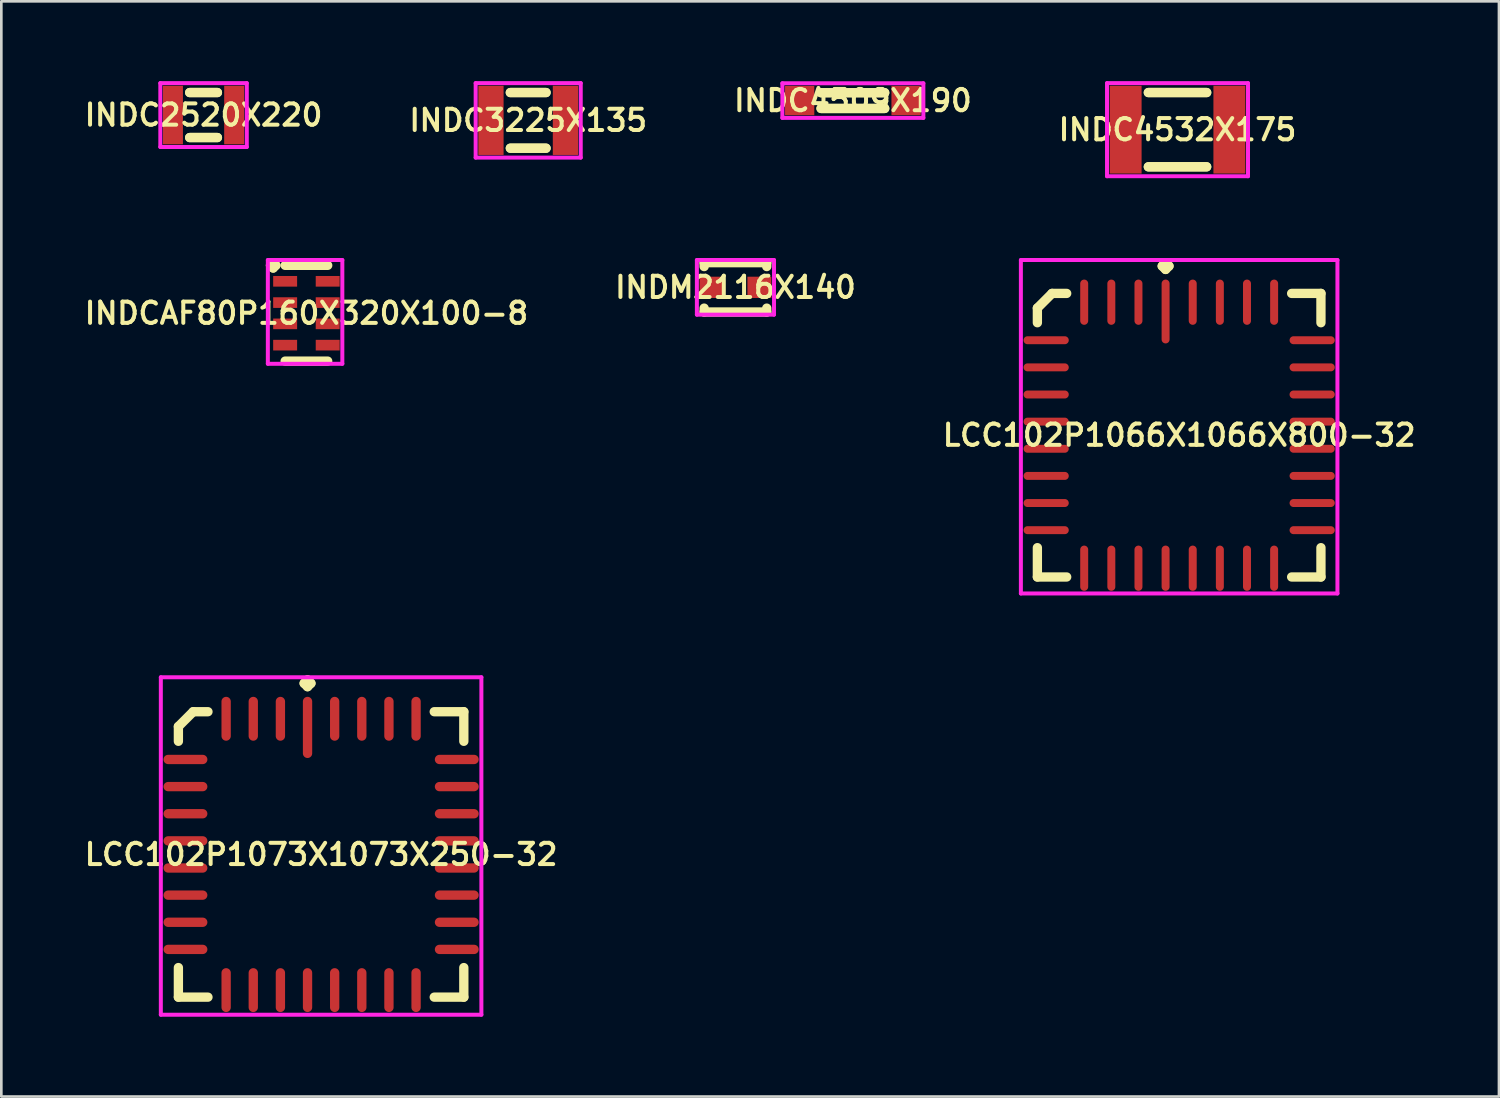
<source format=kicad_pcb>
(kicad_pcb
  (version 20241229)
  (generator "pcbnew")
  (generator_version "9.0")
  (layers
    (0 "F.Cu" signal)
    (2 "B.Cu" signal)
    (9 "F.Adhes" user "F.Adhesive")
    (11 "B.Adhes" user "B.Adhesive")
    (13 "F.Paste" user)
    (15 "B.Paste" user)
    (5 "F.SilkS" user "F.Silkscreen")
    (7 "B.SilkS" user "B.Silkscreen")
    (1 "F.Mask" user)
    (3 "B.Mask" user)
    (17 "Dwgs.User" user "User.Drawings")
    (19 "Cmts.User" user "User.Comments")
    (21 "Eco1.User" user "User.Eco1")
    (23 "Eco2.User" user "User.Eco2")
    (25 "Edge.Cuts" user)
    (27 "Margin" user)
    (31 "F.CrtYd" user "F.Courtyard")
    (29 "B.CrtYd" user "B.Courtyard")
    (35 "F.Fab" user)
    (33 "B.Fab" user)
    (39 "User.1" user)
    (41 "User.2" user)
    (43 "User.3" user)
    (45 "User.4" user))
  (footprint "INDC4532X175"
    (layer "F.Cu")
    (at 41.215 1.825)
    (property "Reference" "INDC4532X175" (at 0 0 0) (layer "F.SilkS") (effects (font (size 0.8 0.8) (thickness 0.15))))
    (attr smd)
    (fp_line (start -1.096 -1.396) (end 1.096 -1.396) (stroke (width 0.35) (type solid)) (layer "F.SilkS"))
    (fp_line (start -1.096 1.396) (end 1.096 1.396) (stroke (width 0.35) (type solid)) (layer "F.SilkS"))
    (fp_line (start 1.096 -1.396) (end -1.096 -1.396) (stroke (width 0.35) (type solid)) (layer "F.SilkS"))
    (fp_line (start 1.096 1.396) (end -1.096 1.396) (stroke (width 0.35) (type solid)) (layer "F.SilkS"))
    (fp_line (start -2.65 -1.75) (end 2.65 -1.75) (stroke (width 0.15) (type solid)) (layer "F.CrtYd"))
    (fp_line (start -2.65 1.75) (end -2.65 -1.75) (stroke (width 0.15) (type solid)) (layer "F.CrtYd"))
    (fp_line (start 2.65 -1.75) (end 2.65 1.75) (stroke (width 0.15) (type solid)) (layer "F.CrtYd"))
    (fp_line (start 2.65 1.75) (end -2.65 1.75) (stroke (width 0.15) (type solid)) (layer "F.CrtYd"))
    (pad "1" smd rect (at -1.95 0) (size 1.2 3.3) (layers "F.Cu" "F.Mask" "F.Paste"))
    (pad "2" smd rect (at 1.95 0) (size 1.2 3.3) (layers "F.Cu" "F.Mask" "F.Paste")))
  (footprint "INDC3225X135"
    (layer "F.Cu")
    (at 16.806 1.475)
    (property "Reference" "INDC3225X135" (at 0 0 0) (layer "F.SilkS") (effects (font (size 0.8 0.8) (thickness 0.15))))
    (attr smd)
    (fp_line (start -0.671 -1.046) (end 0.671 -1.046) (stroke (width 0.35) (type solid)) (layer "F.SilkS"))
    (fp_line (start -0.671 1.046) (end 0.671 1.046) (stroke (width 0.35) (type solid)) (layer "F.SilkS"))
    (fp_line (start 0.671 -1.046) (end -0.671 -1.046) (stroke (width 0.35) (type solid)) (layer "F.SilkS"))
    (fp_line (start 0.671 1.046) (end -0.671 1.046) (stroke (width 0.35) (type solid)) (layer "F.SilkS"))
    (fp_line (start -1.975 -1.4) (end 1.975 -1.4) (stroke (width 0.15) (type solid)) (layer "F.CrtYd"))
    (fp_line (start -1.975 1.4) (end -1.975 -1.4) (stroke (width 0.15) (type solid)) (layer "F.CrtYd"))
    (fp_line (start 1.975 -1.4) (end 1.975 1.4) (stroke (width 0.15) (type solid)) (layer "F.CrtYd"))
    (fp_line (start 1.975 1.4) (end -1.975 1.4) (stroke (width 0.15) (type solid)) (layer "F.CrtYd"))
    (pad "1" smd rect (at -1.4 0) (size 0.95 2.6) (layers "F.Cu" "F.Mask" "F.Paste"))
    (pad "2" smd rect (at 1.4 0) (size 0.95 2.6) (layers "F.Cu" "F.Mask" "F.Paste")))
  (footprint "INDM2116X140"
    (layer "F.Cu")
    (at 24.597 7.752)
    (property "Reference" "INDM2116X140" (at 0 0 0) (layer "F.SilkS") (effects (font (size 0.8 0.8) (thickness 0.15))))
    (attr smd)
    (fp_line (start -1.177 -0.927) (end 1.177 -0.927) (stroke (width 0.35) (type solid)) (layer "F.SilkS"))
    (fp_line (start -1.177 -0.781) (end -1.177 -0.927) (stroke (width 0.35) (type solid)) (layer "F.SilkS"))
    (fp_line (start -1.177 0.781) (end -1.177 0.927) (stroke (width 0.35) (type solid)) (layer "F.SilkS"))
    (fp_line (start -1.177 0.927) (end 1.177 0.927) (stroke (width 0.35) (type solid)) (layer "F.SilkS"))
    (fp_line (start 1.177 -0.927) (end 1.177 -0.781) (stroke (width 0.35) (type solid)) (layer "F.SilkS"))
    (fp_line (start 1.177 0.927) (end 1.177 0.781) (stroke (width 0.35) (type solid)) (layer "F.SilkS"))
    (fp_line (start -1.45 -1.027) (end 1.45 -1.027) (stroke (width 0.15) (type solid)) (layer "F.CrtYd"))
    (fp_line (start -1.45 1.027) (end -1.45 -1.027) (stroke (width 0.15) (type solid)) (layer "F.CrtYd"))
    (fp_line (start 1.45 -1.027) (end 1.45 1.027) (stroke (width 0.15) (type solid)) (layer "F.CrtYd"))
    (fp_line (start 1.45 1.027) (end -1.45 1.027) (stroke (width 0.15) (type solid)) (layer "F.CrtYd"))
    (pad "1" smd rect (at -0.9 0) (size 0.9 0.8) (layers "F.Cu" "F.Mask" "F.Paste"))
    (pad "2" smd rect (at 0.9 0) (size 0.9 0.8) (layers "F.Cu" "F.Mask" "F.Paste")))
  (footprint "INDCAF80P160X320X100-8"
    (layer "F.Cu")
    (at 8.469 8.725)
    (property "Reference" "INDCAF80P160X320X100-8" (at 0 0 0) (layer "F.SilkS") (effects (font (size 0.8 0.8) (thickness 0.15))))
    (attr smd)
    (fp_line (start -1.35 -1.8) (end -1.25 -1.9) (stroke (width 0.35) (type solid)) (layer "F.SilkS"))
    (fp_line (start -1.25 -1.9) (end -1.15 -1.8) (stroke (width 0.35) (type solid)) (layer "F.SilkS"))
    (fp_line (start -1.25 -1.7) (end -1.35 -1.8) (stroke (width 0.35) (type solid)) (layer "F.SilkS"))
    (fp_line (start -1.15 -1.8) (end -1.25 -1.7) (stroke (width 0.35) (type solid)) (layer "F.SilkS"))
    (fp_line (start -0.8 -1.8) (end 0.8 -1.8) (stroke (width 0.35) (type solid)) (layer "F.SilkS"))
    (fp_line (start -0.8 1.8) (end 0.8 1.8) (stroke (width 0.35) (type solid)) (layer "F.SilkS"))
    (fp_line (start -1.45 -2) (end 1.35 -2) (stroke (width 0.15) (type solid)) (layer "F.CrtYd"))
    (fp_line (start -1.45 1.9) (end -1.45 -2) (stroke (width 0.15) (type solid)) (layer "F.CrtYd"))
    (fp_line (start 1.35 -2) (end 1.35 1.9) (stroke (width 0.15) (type solid)) (layer "F.CrtYd"))
    (fp_line (start 1.35 1.9) (end -1.45 1.9) (stroke (width 0.15) (type solid)) (layer "F.CrtYd"))
    (pad "1" smd rect (at -0.8 -1.2) (size 0.9 0.4) (layers "F.Cu" "F.Mask" "F.Paste"))
    (pad "2" smd rect (at -0.8 -0.4) (size 0.9 0.4) (layers "F.Cu" "F.Mask" "F.Paste"))
    (pad "3" smd rect (at -0.8 0.4) (size 0.9 0.4) (layers "F.Cu" "F.Mask" "F.Paste"))
    (pad "4" smd rect (at -0.8 1.2) (size 0.9 0.4) (layers "F.Cu" "F.Mask" "F.Paste"))
    (pad "5" smd rect (at 0.8 1.2) (size 0.9 0.4) (layers "F.Cu" "F.Mask" "F.Paste"))
    (pad "6" smd rect (at 0.8 0.4) (size 0.9 0.4) (layers "F.Cu" "F.Mask" "F.Paste"))
    (pad "7" smd rect (at 0.8 -0.4) (size 0.9 0.4) (layers "F.Cu" "F.Mask" "F.Paste"))
    (pad "8" smd rect (at 0.8 -1.2) (size 0.9 0.4) (layers "F.Cu" "F.Mask" "F.Paste")))
  (footprint "INDC4509X190"
    (layer "F.Cu")
    (at 29.011 0.731)
    (property "Reference" "INDC4509X190" (at 0 0 0) (layer "F.SilkS") (effects (font (size 0.8 0.8) (thickness 0.15))))
    (attr smd)
    (fp_line (start -1.196 -0.296) (end 1.196 -0.296) (stroke (width 0.35) (type solid)) (layer "F.SilkS"))
    (fp_line (start -1.196 0.296) (end 1.196 0.296) (stroke (width 0.35) (type solid)) (layer "F.SilkS"))
    (fp_line (start 1.196 -0.296) (end -1.196 -0.296) (stroke (width 0.35) (type solid)) (layer "F.SilkS"))
    (fp_line (start 1.196 0.296) (end -1.196 0.296) (stroke (width 0.35) (type solid)) (layer "F.SilkS"))
    (fp_line (start -2.65 -0.65) (end 2.65 -0.65) (stroke (width 0.15) (type solid)) (layer "F.CrtYd"))
    (fp_line (start -2.65 0.65) (end -2.65 -0.65) (stroke (width 0.15) (type solid)) (layer "F.CrtYd"))
    (fp_line (start 2.65 -0.65) (end 2.65 0.65) (stroke (width 0.15) (type solid)) (layer "F.CrtYd"))
    (fp_line (start 2.65 0.65) (end -2.65 0.65) (stroke (width 0.15) (type solid)) (layer "F.CrtYd"))
    (pad "1" smd rect (at -2 0) (size 1.1 1.1) (layers "F.Cu" "F.Mask" "F.Paste"))
    (pad "2" smd rect (at 2 0) (size 1.1 1.1) (layers "F.Cu" "F.Mask" "F.Paste")))
  (footprint "LCC102P1073X1073X250-32"
    (layer "F.Cu")
    (at 9.021 29.07)
    (property "Reference" "LCC102P1073X1073X250-32" (at 0 0 0) (layer "F.SilkS") (effects (font (size 0.8 0.8) (thickness 0.15))))
    (attr smd)
    (fp_line (start -5.365 -4.809) (end -4.809 -5.365) (stroke (width 0.35) (type solid)) (layer "F.SilkS"))
    (fp_line (start -5.365 -4.253) (end -5.365 -4.809) (stroke (width 0.35) (type solid)) (layer "F.SilkS"))
    (fp_line (start -5.365 4.253) (end -5.365 5.365) (stroke (width 0.35) (type solid)) (layer "F.SilkS"))
    (fp_line (start -5.365 5.365) (end -4.253 5.365) (stroke (width 0.35) (type solid)) (layer "F.SilkS"))
    (fp_line (start -4.809 -5.365) (end -4.253 -5.365) (stroke (width 0.35) (type solid)) (layer "F.SilkS"))
    (fp_line (start -0.637 -6.433) (end -0.51 -6.56) (stroke (width 0.35) (type solid)) (layer "F.SilkS"))
    (fp_line (start -0.51 -6.56) (end -0.383 -6.433) (stroke (width 0.35) (type solid)) (layer "F.SilkS"))
    (fp_line (start -0.51 -6.306) (end -0.637 -6.433) (stroke (width 0.35) (type solid)) (layer "F.SilkS"))
    (fp_line (start -0.383 -6.433) (end -0.51 -6.306) (stroke (width 0.35) (type solid)) (layer "F.SilkS"))
    (fp_line (start 5.365 -5.365) (end 4.253 -5.365) (stroke (width 0.35) (type solid)) (layer "F.SilkS"))
    (fp_line (start 5.365 -4.253) (end 5.365 -5.365) (stroke (width 0.35) (type solid)) (layer "F.SilkS"))
    (fp_line (start 5.365 4.253) (end 5.365 5.365) (stroke (width 0.35) (type solid)) (layer "F.SilkS"))
    (fp_line (start 5.365 5.365) (end 4.253 5.365) (stroke (width 0.35) (type solid)) (layer "F.SilkS"))
    (fp_line (start -6.025 -6.66) (end 6.025 -6.66) (stroke (width 0.15) (type solid)) (layer "F.CrtYd"))
    (fp_line (start -6.025 6.025) (end -6.025 -6.66) (stroke (width 0.15) (type solid)) (layer "F.CrtYd"))
    (fp_line (start 6.025 -6.66) (end 6.025 6.025) (stroke (width 0.15) (type solid)) (layer "F.CrtYd"))
    (fp_line (start 6.025 6.025) (end -6.025 6.025) (stroke (width 0.15) (type solid)) (layer "F.CrtYd"))
    (pad "1" smd oval (at -0.51 -4.775) (size 0.35 2.3) (layers "F.Cu" "F.Mask" "F.Paste"))
    (pad "2" smd oval (at -1.53 -5.1) (size 0.35 1.65) (layers "F.Cu" "F.Mask" "F.Paste"))
    (pad "3" smd oval (at -2.55 -5.1) (size 0.35 1.65) (layers "F.Cu" "F.Mask" "F.Paste"))
    (pad "4" smd oval (at -3.57 -5.1) (size 0.35 1.65) (layers "F.Cu" "F.Mask" "F.Paste"))
    (pad "5" smd oval (at -5.1 -3.57) (size 1.65 0.35) (layers "F.Cu" "F.Mask" "F.Paste"))
    (pad "6" smd oval (at -5.1 -2.55) (size 1.65 0.35) (layers "F.Cu" "F.Mask" "F.Paste"))
    (pad "7" smd oval (at -5.1 -1.53) (size 1.65 0.35) (layers "F.Cu" "F.Mask" "F.Paste"))
    (pad "8" smd oval (at -5.1 -0.51) (size 1.65 0.35) (layers "F.Cu" "F.Mask" "F.Paste"))
    (pad "9" smd oval (at -5.1 0.51) (size 1.65 0.35) (layers "F.Cu" "F.Mask" "F.Paste"))
    (pad "10" smd oval (at -5.1 1.53) (size 1.65 0.35) (layers "F.Cu" "F.Mask" "F.Paste"))
    (pad "11" smd oval (at -5.1 2.55) (size 1.65 0.35) (layers "F.Cu" "F.Mask" "F.Paste"))
    (pad "12" smd oval (at -5.1 3.57) (size 1.65 0.35) (layers "F.Cu" "F.Mask" "F.Paste"))
    (pad "13" smd oval (at -3.57 5.1) (size 0.35 1.65) (layers "F.Cu" "F.Mask" "F.Paste"))
    (pad "14" smd oval (at -2.55 5.1) (size 0.35 1.65) (layers "F.Cu" "F.Mask" "F.Paste"))
    (pad "15" smd oval (at -1.53 5.1) (size 0.35 1.65) (layers "F.Cu" "F.Mask" "F.Paste"))
    (pad "16" smd oval (at -0.51 5.1) (size 0.35 1.65) (layers "F.Cu" "F.Mask" "F.Paste"))
    (pad "17" smd oval (at 0.51 5.1) (size 0.35 1.65) (layers "F.Cu" "F.Mask" "F.Paste"))
    (pad "18" smd oval (at 1.53 5.1) (size 0.35 1.65) (layers "F.Cu" "F.Mask" "F.Paste"))
    (pad "19" smd oval (at 2.55 5.1) (size 0.35 1.65) (layers "F.Cu" "F.Mask" "F.Paste"))
    (pad "20" smd oval (at 3.57 5.1) (size 0.35 1.65) (layers "F.Cu" "F.Mask" "F.Paste"))
    (pad "21" smd oval (at 5.1 3.57) (size 1.65 0.35) (layers "F.Cu" "F.Mask" "F.Paste"))
    (pad "22" smd oval (at 5.1 2.55) (size 1.65 0.35) (layers "F.Cu" "F.Mask" "F.Paste"))
    (pad "23" smd oval (at 5.1 1.53) (size 1.65 0.35) (layers "F.Cu" "F.Mask" "F.Paste"))
    (pad "24" smd oval (at 5.1 0.51) (size 1.65 0.35) (layers "F.Cu" "F.Mask" "F.Paste"))
    (pad "25" smd oval (at 5.1 -0.51) (size 1.65 0.35) (layers "F.Cu" "F.Mask" "F.Paste"))
    (pad "26" smd oval (at 5.1 -1.53) (size 1.65 0.35) (layers "F.Cu" "F.Mask" "F.Paste"))
    (pad "27" smd oval (at 5.1 -2.55) (size 1.65 0.35) (layers "F.Cu" "F.Mask" "F.Paste"))
    (pad "28" smd oval (at 5.1 -3.57) (size 1.65 0.35) (layers "F.Cu" "F.Mask" "F.Paste"))
    (pad "29" smd oval (at 3.57 -5.1) (size 0.35 1.65) (layers "F.Cu" "F.Mask" "F.Paste"))
    (pad "30" smd oval (at 2.55 -5.1) (size 0.35 1.65) (layers "F.Cu" "F.Mask" "F.Paste"))
    (pad "31" smd oval (at 1.53 -5.1) (size 0.35 1.65) (layers "F.Cu" "F.Mask" "F.Paste"))
    (pad "32" smd oval (at 0.51 -5.1) (size 0.35 1.65) (layers "F.Cu" "F.Mask" "F.Paste")))
  (footprint "INDC2520X220"
    (layer "F.Cu")
    (at 4.602 1.275)
    (property "Reference" "INDC2520X220" (at 0 0 0) (layer "F.SilkS") (effects (font (size 0.8 0.8) (thickness 0.15))))
    (attr smd)
    (fp_line (start -0.521 -0.846) (end 0.521 -0.846) (stroke (width 0.35) (type solid)) (layer "F.SilkS"))
    (fp_line (start -0.521 0.846) (end 0.521 0.846) (stroke (width 0.35) (type solid)) (layer "F.SilkS"))
    (fp_line (start 0.521 -0.846) (end -0.521 -0.846) (stroke (width 0.35) (type solid)) (layer "F.SilkS"))
    (fp_line (start 0.521 0.846) (end -0.521 0.846) (stroke (width 0.35) (type solid)) (layer "F.SilkS"))
    (fp_line (start -1.625 -1.2) (end 1.625 -1.2) (stroke (width 0.15) (type solid)) (layer "F.CrtYd"))
    (fp_line (start -1.625 1.2) (end -1.625 -1.2) (stroke (width 0.15) (type solid)) (layer "F.CrtYd"))
    (fp_line (start 1.625 -1.2) (end 1.625 1.2) (stroke (width 0.15) (type solid)) (layer "F.CrtYd"))
    (fp_line (start 1.625 1.2) (end -1.625 1.2) (stroke (width 0.15) (type solid)) (layer "F.CrtYd"))
    (pad "1" smd rect (at -1.15 0) (size 0.75 2.2) (layers "F.Cu" "F.Mask" "F.Paste"))
    (pad "2" smd rect (at 1.15 0) (size 0.75 2.2) (layers "F.Cu" "F.Mask" "F.Paste")))
  (footprint "LCC102P1066X1066X800-32"
    (layer "F.Cu")
    (at 41.277 13.31)
    (property "Reference" "LCC102P1066X1066X800-32" (at 0 0 0) (layer "F.SilkS") (effects (font (size 0.8 0.8) (thickness 0.15))))
    (attr smd)
    (fp_line (start -5.33 -4.779) (end -4.779 -5.33) (stroke (width 0.35) (type solid)) (layer "F.SilkS"))
    (fp_line (start -5.33 -4.228) (end -5.33 -4.779) (stroke (width 0.35) (type solid)) (layer "F.SilkS"))
    (fp_line (start -5.33 4.228) (end -5.33 5.33) (stroke (width 0.35) (type solid)) (layer "F.SilkS"))
    (fp_line (start -5.33 5.33) (end -4.228 5.33) (stroke (width 0.35) (type solid)) (layer "F.SilkS"))
    (fp_line (start -4.779 -5.33) (end -4.228 -5.33) (stroke (width 0.35) (type solid)) (layer "F.SilkS"))
    (fp_line (start -0.637 -6.358) (end -0.51 -6.485) (stroke (width 0.35) (type solid)) (layer "F.SilkS"))
    (fp_line (start -0.51 -6.485) (end -0.383 -6.358) (stroke (width 0.35) (type solid)) (layer "F.SilkS"))
    (fp_line (start -0.51 -6.231) (end -0.637 -6.358) (stroke (width 0.35) (type solid)) (layer "F.SilkS"))
    (fp_line (start -0.383 -6.358) (end -0.51 -6.231) (stroke (width 0.35) (type solid)) (layer "F.SilkS"))
    (fp_line (start 5.33 -5.33) (end 4.228 -5.33) (stroke (width 0.35) (type solid)) (layer "F.SilkS"))
    (fp_line (start 5.33 -4.228) (end 5.33 -5.33) (stroke (width 0.35) (type solid)) (layer "F.SilkS"))
    (fp_line (start 5.33 4.228) (end 5.33 5.33) (stroke (width 0.35) (type solid)) (layer "F.SilkS"))
    (fp_line (start 5.33 5.33) (end 4.228 5.33) (stroke (width 0.35) (type solid)) (layer "F.SilkS"))
    (fp_line (start -5.95 -6.585) (end 5.95 -6.585) (stroke (width 0.15) (type solid)) (layer "F.CrtYd"))
    (fp_line (start -5.95 5.95) (end -5.95 -6.585) (stroke (width 0.15) (type solid)) (layer "F.CrtYd"))
    (fp_line (start 5.95 -6.585) (end 5.95 5.95) (stroke (width 0.15) (type solid)) (layer "F.CrtYd"))
    (fp_line (start 5.95 5.95) (end -5.95 5.95) (stroke (width 0.15) (type solid)) (layer "F.CrtYd"))
    (pad "1" smd oval (at -0.51 -4.65) (size 0.3 2.4) (layers "F.Cu" "F.Mask" "F.Paste"))
    (pad "2" smd oval (at -1.53 -5) (size 0.3 1.7) (layers "F.Cu" "F.Mask" "F.Paste"))
    (pad "3" smd oval (at -2.55 -5) (size 0.3 1.7) (layers "F.Cu" "F.Mask" "F.Paste"))
    (pad "4" smd oval (at -3.57 -5) (size 0.3 1.7) (layers "F.Cu" "F.Mask" "F.Paste"))
    (pad "5" smd oval (at -5 -3.57) (size 1.7 0.3) (layers "F.Cu" "F.Mask" "F.Paste"))
    (pad "6" smd oval (at -5 -2.55) (size 1.7 0.3) (layers "F.Cu" "F.Mask" "F.Paste"))
    (pad "7" smd oval (at -5 -1.53) (size 1.7 0.3) (layers "F.Cu" "F.Mask" "F.Paste"))
    (pad "8" smd oval (at -5 -0.51) (size 1.7 0.3) (layers "F.Cu" "F.Mask" "F.Paste"))
    (pad "9" smd oval (at -5 0.51) (size 1.7 0.3) (layers "F.Cu" "F.Mask" "F.Paste"))
    (pad "10" smd oval (at -5 1.53) (size 1.7 0.3) (layers "F.Cu" "F.Mask" "F.Paste"))
    (pad "11" smd oval (at -5 2.55) (size 1.7 0.3) (layers "F.Cu" "F.Mask" "F.Paste"))
    (pad "12" smd oval (at -5 3.57) (size 1.7 0.3) (layers "F.Cu" "F.Mask" "F.Paste"))
    (pad "13" smd oval (at -3.57 5) (size 0.3 1.7) (layers "F.Cu" "F.Mask" "F.Paste"))
    (pad "14" smd oval (at -2.55 5) (size 0.3 1.7) (layers "F.Cu" "F.Mask" "F.Paste"))
    (pad "15" smd oval (at -1.53 5) (size 0.3 1.7) (layers "F.Cu" "F.Mask" "F.Paste"))
    (pad "16" smd oval (at -0.51 5) (size 0.3 1.7) (layers "F.Cu" "F.Mask" "F.Paste"))
    (pad "17" smd oval (at 0.51 5) (size 0.3 1.7) (layers "F.Cu" "F.Mask" "F.Paste"))
    (pad "18" smd oval (at 1.53 5) (size 0.3 1.7) (layers "F.Cu" "F.Mask" "F.Paste"))
    (pad "19" smd oval (at 2.55 5) (size 0.3 1.7) (layers "F.Cu" "F.Mask" "F.Paste"))
    (pad "20" smd oval (at 3.57 5) (size 0.3 1.7) (layers "F.Cu" "F.Mask" "F.Paste"))
    (pad "21" smd oval (at 5 3.57) (size 1.7 0.3) (layers "F.Cu" "F.Mask" "F.Paste"))
    (pad "22" smd oval (at 5 2.55) (size 1.7 0.3) (layers "F.Cu" "F.Mask" "F.Paste"))
    (pad "23" smd oval (at 5 1.53) (size 1.7 0.3) (layers "F.Cu" "F.Mask" "F.Paste"))
    (pad "24" smd oval (at 5 0.51) (size 1.7 0.3) (layers "F.Cu" "F.Mask" "F.Paste"))
    (pad "25" smd oval (at 5 -0.51) (size 1.7 0.3) (layers "F.Cu" "F.Mask" "F.Paste"))
    (pad "26" smd oval (at 5 -1.53) (size 1.7 0.3) (layers "F.Cu" "F.Mask" "F.Paste"))
    (pad "27" smd oval (at 5 -2.55) (size 1.7 0.3) (layers "F.Cu" "F.Mask" "F.Paste"))
    (pad "28" smd oval (at 5 -3.57) (size 1.7 0.3) (layers "F.Cu" "F.Mask" "F.Paste"))
    (pad "29" smd oval (at 3.57 -5) (size 0.3 1.7) (layers "F.Cu" "F.Mask" "F.Paste"))
    (pad "30" smd oval (at 2.55 -5) (size 0.3 1.7) (layers "F.Cu" "F.Mask" "F.Paste"))
    (pad "31" smd oval (at 1.53 -5) (size 0.3 1.7) (layers "F.Cu" "F.Mask" "F.Paste"))
    (pad "32" smd oval (at 0.51 -5) (size 0.3 1.7) (layers "F.Cu" "F.Mask" "F.Paste")))
  (gr_rect
    (start -3 -3)
    (end 53.299 38.17)
    (stroke (width 0.1) (type default))
    (fill no)
    (layer "Edge.Cuts")))
</source>
